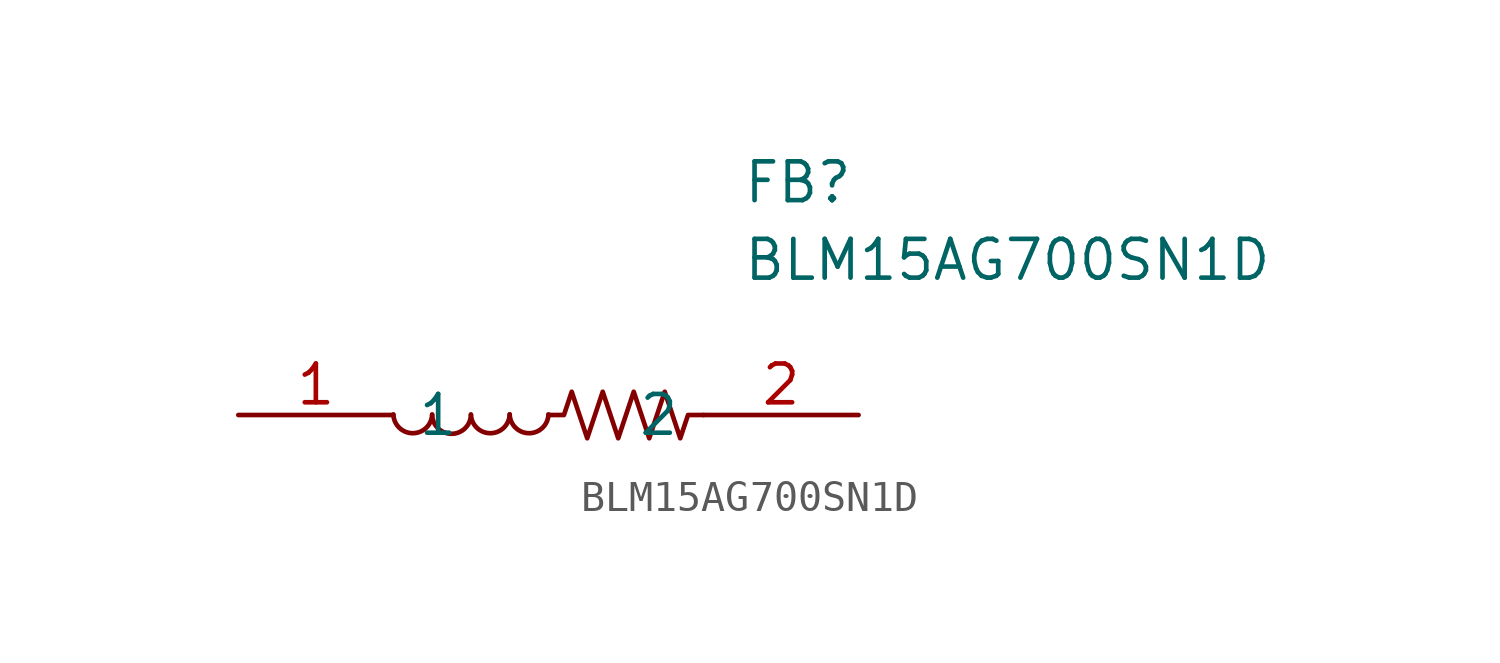
<source format=kicad_sym>
(kicad_symbol_lib
  (version 20211014)
  (generator kicad_symbol_editor)
  (symbol "BLM15AG700SN1D"
    (pin_names
      (offset 0.762))
    (property "Reference" "FB"
      (at 16.51 7.62 0)
      (effects (font (size 1.27 1.27)) (justify left)))
    (property "Value" "BLM15AG700SN1D"
      (at 16.51 5.08 0)
      (effects (font (size 1.27 1.27)) (justify left)))
    (symbol "BLM15AG700SN1D_0_0"
      (pin passive line (at 0 0 0) (length 5.08) (name "1" (effects (font (size 1.27 1.27)))) (number "1" (effects (font (size 1.27 1.27)))))
      (pin passive line (at 20.32 0 180) (length 5.08) (name "2" (effects (font (size 1.27 1.27)))) (number "2" (effects (font (size 1.27 1.27))))))
    (symbol "BLM15AG700SN1D_0_1"
      (polyline (pts (xy 10.16 0) (xy 10.668 0) (xy 10.922 0.762) (xy 11.176 0) (xy 11.43 -0.762) (xy 11.938 0.762) (xy 12.446 -0.762) (xy 12.954 0.762) (xy 13.462 -0.762) (xy 13.97 0.762) (xy 14.478 -0.762) (xy 14.732 0) (xy 15.24 0)) (stroke (width 0) (type default) (color 0 0 0 0)) (fill (type none)))
      (arc (start 5.08 0.0195) (mid 5.715 -0.6353) (end 6.35 0.0195) (stroke (width 0) (type default) (color 0 0 0 0)) (fill (type none)))
      (arc (start 6.35 0) (mid 6.985 -0.6548) (end 7.62 0) (stroke (width 0) (type default) (color 0 0 0 0)) (fill (type none)))
      (arc (start 7.62 0.0195) (mid 8.255 -0.6353) (end 8.89 0.0195) (stroke (width 0) (type default) (color 0 0 0 0)) (fill (type none)))
      (arc (start 8.89 0.0195) (mid 9.525 -0.6353) (end 10.16 0.0195) (stroke (width 0) (type default) (color 0 0 0 0)) (fill (type none))))))
</source>
